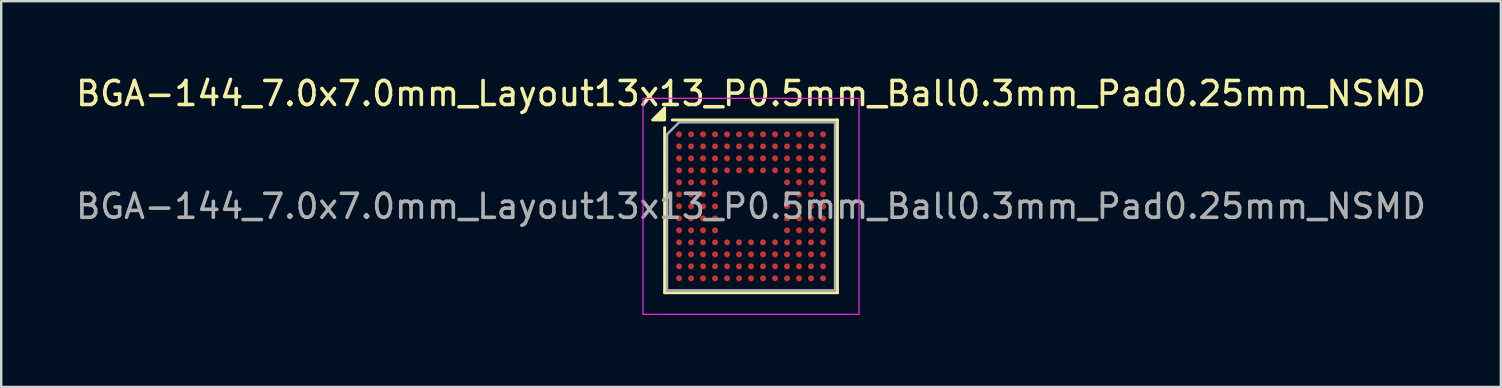
<source format=kicad_pcb>
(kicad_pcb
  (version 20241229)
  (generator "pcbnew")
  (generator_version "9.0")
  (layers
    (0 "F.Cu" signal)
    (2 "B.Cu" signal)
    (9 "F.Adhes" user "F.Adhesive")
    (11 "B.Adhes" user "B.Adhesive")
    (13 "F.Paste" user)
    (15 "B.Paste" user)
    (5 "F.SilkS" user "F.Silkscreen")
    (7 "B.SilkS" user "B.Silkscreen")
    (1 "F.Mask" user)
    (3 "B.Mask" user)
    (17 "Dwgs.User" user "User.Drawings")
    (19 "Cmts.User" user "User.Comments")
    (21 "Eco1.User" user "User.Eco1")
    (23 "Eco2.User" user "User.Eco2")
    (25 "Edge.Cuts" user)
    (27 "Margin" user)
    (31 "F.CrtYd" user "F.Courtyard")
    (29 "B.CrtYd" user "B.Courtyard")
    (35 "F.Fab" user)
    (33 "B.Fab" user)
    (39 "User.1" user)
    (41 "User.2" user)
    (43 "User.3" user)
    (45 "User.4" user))
  (footprint "BGA-144_7.0x7.0mm_Layout13x13_P0.5mm_Ball0.3mm_Pad0.25mm_NSMD"
    (layer "F.Cu")
    (at 28.244 5.548)
    (property "Reference" "BGA-144_7.0x7.0mm_Layout13x13_P0.5mm_Ball0.3mm_Pad0.25mm_NSMD" (at 0 -4.7 0) (layer "F.SilkS") (effects (font (size 1 1) (thickness 0.15))))
    (attr smd)
    (fp_line (start -3.6 -3.28) (end -3.6 3.6) (stroke (width 0.12) (type solid)) (layer "F.SilkS"))
    (fp_line (start -3.6 3.6) (end 3.6 3.6) (stroke (width 0.12) (type solid)) (layer "F.SilkS"))
    (fp_line (start 3.6 -3.6) (end -3.28 -3.6) (stroke (width 0.12) (type solid)) (layer "F.SilkS"))
    (fp_line (start 3.6 3.6) (end 3.6 -3.6) (stroke (width 0.12) (type solid)) (layer "F.SilkS"))
    (fp_poly (pts (xy -3.6 -3.6) (xy -4.1 -3.6) (xy -3.6 -4.1) (xy -3.6 -3.6)) (stroke (width 0.12) (type solid)) (fill yes) (layer "F.SilkS"))
    (fp_rect (start 4.5 4.5) (end -4.5 -4.5) (stroke (width 0.05) (type solid)) (fill no) (layer "F.CrtYd"))
    (fp_line (start -3.5 -3) (end -3.5 3.5) (stroke (width 0.1) (type solid)) (layer "F.Fab"))
    (fp_line (start -3.5 3.5) (end 3.5 3.5) (stroke (width 0.1) (type solid)) (layer "F.Fab"))
    (fp_line (start -3 -3.5) (end -3.5 -3) (stroke (width 0.1) (type solid)) (layer "F.Fab"))
    (fp_line (start 3.5 -3.5) (end -3 -3.5) (stroke (width 0.1) (type solid)) (layer "F.Fab"))
    (fp_line (start 3.5 3.5) (end 3.5 -3.5) (stroke (width 0.1) (type solid)) (layer "F.Fab"))
    (fp_text user "${REFERENCE}" (at 0 0 0) (layer "F.Fab") (effects (font (size 1 1) (thickness 0.15))))
    (pad "A1" smd circle (at -3 -3) (size 0.25 0.25) (property pad_prop_bga) (layers "F.Cu" "F.Mask" "F.Paste"))
    (pad "A2" smd circle (at -2.5 -3) (size 0.25 0.25) (property pad_prop_bga) (layers "F.Cu" "F.Mask" "F.Paste"))
    (pad "A3" smd circle (at -2 -3) (size 0.25 0.25) (property pad_prop_bga) (layers "F.Cu" "F.Mask" "F.Paste"))
    (pad "A4" smd circle (at -1.5 -3) (size 0.25 0.25) (property pad_prop_bga) (layers "F.Cu" "F.Mask" "F.Paste"))
    (pad "A5" smd circle (at -1 -3) (size 0.25 0.25) (property pad_prop_bga) (layers "F.Cu" "F.Mask" "F.Paste"))
    (pad "A6" smd circle (at -0.5 -3) (size 0.25 0.25) (property pad_prop_bga) (layers "F.Cu" "F.Mask" "F.Paste"))
    (pad "A7" smd circle (at 0 -3) (size 0.25 0.25) (property pad_prop_bga) (layers "F.Cu" "F.Mask" "F.Paste"))
    (pad "A8" smd circle (at 0.5 -3) (size 0.25 0.25) (property pad_prop_bga) (layers "F.Cu" "F.Mask" "F.Paste"))
    (pad "A9" smd circle (at 1 -3) (size 0.25 0.25) (property pad_prop_bga) (layers "F.Cu" "F.Mask" "F.Paste"))
    (pad "A10" smd circle (at 1.5 -3) (size 0.25 0.25) (property pad_prop_bga) (layers "F.Cu" "F.Mask" "F.Paste"))
    (pad "A11" smd circle (at 2 -3) (size 0.25 0.25) (property pad_prop_bga) (layers "F.Cu" "F.Mask" "F.Paste"))
    (pad "A12" smd circle (at 2.5 -3) (size 0.25 0.25) (property pad_prop_bga) (layers "F.Cu" "F.Mask" "F.Paste"))
    (pad "A13" smd circle (at 3 -3) (size 0.25 0.25) (property pad_prop_bga) (layers "F.Cu" "F.Mask" "F.Paste"))
    (pad "B1" smd circle (at -3 -2.5) (size 0.25 0.25) (property pad_prop_bga) (layers "F.Cu" "F.Mask" "F.Paste"))
    (pad "B2" smd circle (at -2.5 -2.5) (size 0.25 0.25) (property pad_prop_bga) (layers "F.Cu" "F.Mask" "F.Paste"))
    (pad "B3" smd circle (at -2 -2.5) (size 0.25 0.25) (property pad_prop_bga) (layers "F.Cu" "F.Mask" "F.Paste"))
    (pad "B4" smd circle (at -1.5 -2.5) (size 0.25 0.25) (property pad_prop_bga) (layers "F.Cu" "F.Mask" "F.Paste"))
    (pad "B5" smd circle (at -1 -2.5) (size 0.25 0.25) (property pad_prop_bga) (layers "F.Cu" "F.Mask" "F.Paste"))
    (pad "B6" smd circle (at -0.5 -2.5) (size 0.25 0.25) (property pad_prop_bga) (layers "F.Cu" "F.Mask" "F.Paste"))
    (pad "B7" smd circle (at 0 -2.5) (size 0.25 0.25) (property pad_prop_bga) (layers "F.Cu" "F.Mask" "F.Paste"))
    (pad "B8" smd circle (at 0.5 -2.5) (size 0.25 0.25) (property pad_prop_bga) (layers "F.Cu" "F.Mask" "F.Paste"))
    (pad "B9" smd circle (at 1 -2.5) (size 0.25 0.25) (property pad_prop_bga) (layers "F.Cu" "F.Mask" "F.Paste"))
    (pad "B10" smd circle (at 1.5 -2.5) (size 0.25 0.25) (property pad_prop_bga) (layers "F.Cu" "F.Mask" "F.Paste"))
    (pad "B11" smd circle (at 2 -2.5) (size 0.25 0.25) (property pad_prop_bga) (layers "F.Cu" "F.Mask" "F.Paste"))
    (pad "B12" smd circle (at 2.5 -2.5) (size 0.25 0.25) (property pad_prop_bga) (layers "F.Cu" "F.Mask" "F.Paste"))
    (pad "B13" smd circle (at 3 -2.5) (size 0.25 0.25) (property pad_prop_bga) (layers "F.Cu" "F.Mask" "F.Paste"))
    (pad "C1" smd circle (at -3 -2) (size 0.25 0.25) (property pad_prop_bga) (layers "F.Cu" "F.Mask" "F.Paste"))
    (pad "C2" smd circle (at -2.5 -2) (size 0.25 0.25) (property pad_prop_bga) (layers "F.Cu" "F.Mask" "F.Paste"))
    (pad "C3" smd circle (at -2 -2) (size 0.25 0.25) (property pad_prop_bga) (layers "F.Cu" "F.Mask" "F.Paste"))
    (pad "C4" smd circle (at -1.5 -2) (size 0.25 0.25) (property pad_prop_bga) (layers "F.Cu" "F.Mask" "F.Paste"))
    (pad "C5" smd circle (at -1 -2) (size 0.25 0.25) (property pad_prop_bga) (layers "F.Cu" "F.Mask" "F.Paste"))
    (pad "C6" smd circle (at -0.5 -2) (size 0.25 0.25) (property pad_prop_bga) (layers "F.Cu" "F.Mask" "F.Paste"))
    (pad "C7" smd circle (at 0 -2) (size 0.25 0.25) (property pad_prop_bga) (layers "F.Cu" "F.Mask" "F.Paste"))
    (pad "C8" smd circle (at 0.5 -2) (size 0.25 0.25) (property pad_prop_bga) (layers "F.Cu" "F.Mask" "F.Paste"))
    (pad "C9" smd circle (at 1 -2) (size 0.25 0.25) (property pad_prop_bga) (layers "F.Cu" "F.Mask" "F.Paste"))
    (pad "C10" smd circle (at 1.5 -2) (size 0.25 0.25) (property pad_prop_bga) (layers "F.Cu" "F.Mask" "F.Paste"))
    (pad "C11" smd circle (at 2 -2) (size 0.25 0.25) (property pad_prop_bga) (layers "F.Cu" "F.Mask" "F.Paste"))
    (pad "C12" smd circle (at 2.5 -2) (size 0.25 0.25) (property pad_prop_bga) (layers "F.Cu" "F.Mask" "F.Paste"))
    (pad "C13" smd circle (at 3 -2) (size 0.25 0.25) (property pad_prop_bga) (layers "F.Cu" "F.Mask" "F.Paste"))
    (pad "D1" smd circle (at -3 -1.5) (size 0.25 0.25) (property pad_prop_bga) (layers "F.Cu" "F.Mask" "F.Paste"))
    (pad "D2" smd circle (at -2.5 -1.5) (size 0.25 0.25) (property pad_prop_bga) (layers "F.Cu" "F.Mask" "F.Paste"))
    (pad "D3" smd circle (at -2 -1.5) (size 0.25 0.25) (property pad_prop_bga) (layers "F.Cu" "F.Mask" "F.Paste"))
    (pad "D4" smd circle (at -1.5 -1.5) (size 0.25 0.25) (property pad_prop_bga) (layers "F.Cu" "F.Mask" "F.Paste"))
    (pad "D5" smd circle (at -1 -1.5) (size 0.25 0.25) (property pad_prop_bga) (layers "F.Cu" "F.Mask" "F.Paste"))
    (pad "D6" smd circle (at -0.5 -1.5) (size 0.25 0.25) (property pad_prop_bga) (layers "F.Cu" "F.Mask" "F.Paste"))
    (pad "D7" smd circle (at 0 -1.5) (size 0.25 0.25) (property pad_prop_bga) (layers "F.Cu" "F.Mask" "F.Paste"))
    (pad "D8" smd circle (at 0.5 -1.5) (size 0.25 0.25) (property pad_prop_bga) (layers "F.Cu" "F.Mask" "F.Paste"))
    (pad "D9" smd circle (at 1 -1.5) (size 0.25 0.25) (property pad_prop_bga) (layers "F.Cu" "F.Mask" "F.Paste"))
    (pad "D10" smd circle (at 1.5 -1.5) (size 0.25 0.25) (property pad_prop_bga) (layers "F.Cu" "F.Mask" "F.Paste"))
    (pad "D11" smd circle (at 2 -1.5) (size 0.25 0.25) (property pad_prop_bga) (layers "F.Cu" "F.Mask" "F.Paste"))
    (pad "D12" smd circle (at 2.5 -1.5) (size 0.25 0.25) (property pad_prop_bga) (layers "F.Cu" "F.Mask" "F.Paste"))
    (pad "D13" smd circle (at 3 -1.5) (size 0.25 0.25) (property pad_prop_bga) (layers "F.Cu" "F.Mask" "F.Paste"))
    (pad "E1" smd circle (at -3 -1) (size 0.25 0.25) (property pad_prop_bga) (layers "F.Cu" "F.Mask" "F.Paste"))
    (pad "E2" smd circle (at -2.5 -1) (size 0.25 0.25) (property pad_prop_bga) (layers "F.Cu" "F.Mask" "F.Paste"))
    (pad "E3" smd circle (at -2 -1) (size 0.25 0.25) (property pad_prop_bga) (layers "F.Cu" "F.Mask" "F.Paste"))
    (pad "E4" smd circle (at -1.5 -1) (size 0.25 0.25) (property pad_prop_bga) (layers "F.Cu" "F.Mask" "F.Paste"))
    (pad "E10" smd circle (at 1.5 -1) (size 0.25 0.25) (property pad_prop_bga) (layers "F.Cu" "F.Mask" "F.Paste"))
    (pad "E11" smd circle (at 2 -1) (size 0.25 0.25) (property pad_prop_bga) (layers "F.Cu" "F.Mask" "F.Paste"))
    (pad "E12" smd circle (at 2.5 -1) (size 0.25 0.25) (property pad_prop_bga) (layers "F.Cu" "F.Mask" "F.Paste"))
    (pad "E13" smd circle (at 3 -1) (size 0.25 0.25) (property pad_prop_bga) (layers "F.Cu" "F.Mask" "F.Paste"))
    (pad "F1" smd circle (at -3 -0.5) (size 0.25 0.25) (property pad_prop_bga) (layers "F.Cu" "F.Mask" "F.Paste"))
    (pad "F2" smd circle (at -2.5 -0.5) (size 0.25 0.25) (property pad_prop_bga) (layers "F.Cu" "F.Mask" "F.Paste"))
    (pad "F3" smd circle (at -2 -0.5) (size 0.25 0.25) (property pad_prop_bga) (layers "F.Cu" "F.Mask" "F.Paste"))
    (pad "F4" smd circle (at -1.5 -0.5) (size 0.25 0.25) (property pad_prop_bga) (layers "F.Cu" "F.Mask" "F.Paste"))
    (pad "F10" smd circle (at 1.5 -0.5) (size 0.25 0.25) (property pad_prop_bga) (layers "F.Cu" "F.Mask" "F.Paste"))
    (pad "F11" smd circle (at 2 -0.5) (size 0.25 0.25) (property pad_prop_bga) (layers "F.Cu" "F.Mask" "F.Paste"))
    (pad "F12" smd circle (at 2.5 -0.5) (size 0.25 0.25) (property pad_prop_bga) (layers "F.Cu" "F.Mask" "F.Paste"))
    (pad "F13" smd circle (at 3 -0.5) (size 0.25 0.25) (property pad_prop_bga) (layers "F.Cu" "F.Mask" "F.Paste"))
    (pad "G1" smd circle (at -3 0) (size 0.25 0.25) (property pad_prop_bga) (layers "F.Cu" "F.Mask" "F.Paste"))
    (pad "G2" smd circle (at -2.5 0) (size 0.25 0.25) (property pad_prop_bga) (layers "F.Cu" "F.Mask" "F.Paste"))
    (pad "G3" smd circle (at -2 0) (size 0.25 0.25) (property pad_prop_bga) (layers "F.Cu" "F.Mask" "F.Paste"))
    (pad "G4" smd circle (at -1.5 0) (size 0.25 0.25) (property pad_prop_bga) (layers "F.Cu" "F.Mask" "F.Paste"))
    (pad "G10" smd circle (at 1.5 0) (size 0.25 0.25) (property pad_prop_bga) (layers "F.Cu" "F.Mask" "F.Paste"))
    (pad "G11" smd circle (at 2 0) (size 0.25 0.25) (property pad_prop_bga) (layers "F.Cu" "F.Mask" "F.Paste"))
    (pad "G12" smd circle (at 2.5 0) (size 0.25 0.25) (property pad_prop_bga) (layers "F.Cu" "F.Mask" "F.Paste"))
    (pad "G13" smd circle (at 3 0) (size 0.25 0.25) (property pad_prop_bga) (layers "F.Cu" "F.Mask" "F.Paste"))
    (pad "H1" smd circle (at -3 0.5) (size 0.25 0.25) (property pad_prop_bga) (layers "F.Cu" "F.Mask" "F.Paste"))
    (pad "H2" smd circle (at -2.5 0.5) (size 0.25 0.25) (property pad_prop_bga) (layers "F.Cu" "F.Mask" "F.Paste"))
    (pad "H3" smd circle (at -2 0.5) (size 0.25 0.25) (property pad_prop_bga) (layers "F.Cu" "F.Mask" "F.Paste"))
    (pad "H4" smd circle (at -1.5 0.5) (size 0.25 0.25) (property pad_prop_bga) (layers "F.Cu" "F.Mask" "F.Paste"))
    (pad "H10" smd circle (at 1.5 0.5) (size 0.25 0.25) (property pad_prop_bga) (layers "F.Cu" "F.Mask" "F.Paste"))
    (pad "H11" smd circle (at 2 0.5) (size 0.25 0.25) (property pad_prop_bga) (layers "F.Cu" "F.Mask" "F.Paste"))
    (pad "H12" smd circle (at 2.5 0.5) (size 0.25 0.25) (property pad_prop_bga) (layers "F.Cu" "F.Mask" "F.Paste"))
    (pad "H13" smd circle (at 3 0.5) (size 0.25 0.25) (property pad_prop_bga) (layers "F.Cu" "F.Mask" "F.Paste"))
    (pad "J1" smd circle (at -3 1) (size 0.25 0.25) (property pad_prop_bga) (layers "F.Cu" "F.Mask" "F.Paste"))
    (pad "J2" smd circle (at -2.5 1) (size 0.25 0.25) (property pad_prop_bga) (layers "F.Cu" "F.Mask" "F.Paste"))
    (pad "J3" smd circle (at -2 1) (size 0.25 0.25) (property pad_prop_bga) (layers "F.Cu" "F.Mask" "F.Paste"))
    (pad "J4" smd circle (at -1.5 1) (size 0.25 0.25) (property pad_prop_bga) (layers "F.Cu" "F.Mask" "F.Paste"))
    (pad "J10" smd circle (at 1.5 1) (size 0.25 0.25) (property pad_prop_bga) (layers "F.Cu" "F.Mask" "F.Paste"))
    (pad "J11" smd circle (at 2 1) (size 0.25 0.25) (property pad_prop_bga) (layers "F.Cu" "F.Mask" "F.Paste"))
    (pad "J12" smd circle (at 2.5 1) (size 0.25 0.25) (property pad_prop_bga) (layers "F.Cu" "F.Mask" "F.Paste"))
    (pad "J13" smd circle (at 3 1) (size 0.25 0.25) (property pad_prop_bga) (layers "F.Cu" "F.Mask" "F.Paste"))
    (pad "K1" smd circle (at -3 1.5) (size 0.25 0.25) (property pad_prop_bga) (layers "F.Cu" "F.Mask" "F.Paste"))
    (pad "K2" smd circle (at -2.5 1.5) (size 0.25 0.25) (property pad_prop_bga) (layers "F.Cu" "F.Mask" "F.Paste"))
    (pad "K3" smd circle (at -2 1.5) (size 0.25 0.25) (property pad_prop_bga) (layers "F.Cu" "F.Mask" "F.Paste"))
    (pad "K4" smd circle (at -1.5 1.5) (size 0.25 0.25) (property pad_prop_bga) (layers "F.Cu" "F.Mask" "F.Paste"))
    (pad "K5" smd circle (at -1 1.5) (size 0.25 0.25) (property pad_prop_bga) (layers "F.Cu" "F.Mask" "F.Paste"))
    (pad "K6" smd circle (at -0.5 1.5) (size 0.25 0.25) (property pad_prop_bga) (layers "F.Cu" "F.Mask" "F.Paste"))
    (pad "K7" smd circle (at 0 1.5) (size 0.25 0.25) (property pad_prop_bga) (layers "F.Cu" "F.Mask" "F.Paste"))
    (pad "K8" smd circle (at 0.5 1.5) (size 0.25 0.25) (property pad_prop_bga) (layers "F.Cu" "F.Mask" "F.Paste"))
    (pad "K9" smd circle (at 1 1.5) (size 0.25 0.25) (property pad_prop_bga) (layers "F.Cu" "F.Mask" "F.Paste"))
    (pad "K10" smd circle (at 1.5 1.5) (size 0.25 0.25) (property pad_prop_bga) (layers "F.Cu" "F.Mask" "F.Paste"))
    (pad "K11" smd circle (at 2 1.5) (size 0.25 0.25) (property pad_prop_bga) (layers "F.Cu" "F.Mask" "F.Paste"))
    (pad "K12" smd circle (at 2.5 1.5) (size 0.25 0.25) (property pad_prop_bga) (layers "F.Cu" "F.Mask" "F.Paste"))
    (pad "K13" smd circle (at 3 1.5) (size 0.25 0.25) (property pad_prop_bga) (layers "F.Cu" "F.Mask" "F.Paste"))
    (pad "L1" smd circle (at -3 2) (size 0.25 0.25) (property pad_prop_bga) (layers "F.Cu" "F.Mask" "F.Paste"))
    (pad "L2" smd circle (at -2.5 2) (size 0.25 0.25) (property pad_prop_bga) (layers "F.Cu" "F.Mask" "F.Paste"))
    (pad "L3" smd circle (at -2 2) (size 0.25 0.25) (property pad_prop_bga) (layers "F.Cu" "F.Mask" "F.Paste"))
    (pad "L4" smd circle (at -1.5 2) (size 0.25 0.25) (property pad_prop_bga) (layers "F.Cu" "F.Mask" "F.Paste"))
    (pad "L5" smd circle (at -1 2) (size 0.25 0.25) (property pad_prop_bga) (layers "F.Cu" "F.Mask" "F.Paste"))
    (pad "L6" smd circle (at -0.5 2) (size 0.25 0.25) (property pad_prop_bga) (layers "F.Cu" "F.Mask" "F.Paste"))
    (pad "L7" smd circle (at 0 2) (size 0.25 0.25) (property pad_prop_bga) (layers "F.Cu" "F.Mask" "F.Paste"))
    (pad "L8" smd circle (at 0.5 2) (size 0.25 0.25) (property pad_prop_bga) (layers "F.Cu" "F.Mask" "F.Paste"))
    (pad "L9" smd circle (at 1 2) (size 0.25 0.25) (property pad_prop_bga) (layers "F.Cu" "F.Mask" "F.Paste"))
    (pad "L10" smd circle (at 1.5 2) (size 0.25 0.25) (property pad_prop_bga) (layers "F.Cu" "F.Mask" "F.Paste"))
    (pad "L11" smd circle (at 2 2) (size 0.25 0.25) (property pad_prop_bga) (layers "F.Cu" "F.Mask" "F.Paste"))
    (pad "L12" smd circle (at 2.5 2) (size 0.25 0.25) (property pad_prop_bga) (layers "F.Cu" "F.Mask" "F.Paste"))
    (pad "L13" smd circle (at 3 2) (size 0.25 0.25) (property pad_prop_bga) (layers "F.Cu" "F.Mask" "F.Paste"))
    (pad "M1" smd circle (at -3 2.5) (size 0.25 0.25) (property pad_prop_bga) (layers "F.Cu" "F.Mask" "F.Paste"))
    (pad "M2" smd circle (at -2.5 2.5) (size 0.25 0.25) (property pad_prop_bga) (layers "F.Cu" "F.Mask" "F.Paste"))
    (pad "M3" smd circle (at -2 2.5) (size 0.25 0.25) (property pad_prop_bga) (layers "F.Cu" "F.Mask" "F.Paste"))
    (pad "M4" smd circle (at -1.5 2.5) (size 0.25 0.25) (property pad_prop_bga) (layers "F.Cu" "F.Mask" "F.Paste"))
    (pad "M5" smd circle (at -1 2.5) (size 0.25 0.25) (property pad_prop_bga) (layers "F.Cu" "F.Mask" "F.Paste"))
    (pad "M6" smd circle (at -0.5 2.5) (size 0.25 0.25) (property pad_prop_bga) (layers "F.Cu" "F.Mask" "F.Paste"))
    (pad "M7" smd circle (at 0 2.5) (size 0.25 0.25) (property pad_prop_bga) (layers "F.Cu" "F.Mask" "F.Paste"))
    (pad "M8" smd circle (at 0.5 2.5) (size 0.25 0.25) (property pad_prop_bga) (layers "F.Cu" "F.Mask" "F.Paste"))
    (pad "M9" smd circle (at 1 2.5) (size 0.25 0.25) (property pad_prop_bga) (layers "F.Cu" "F.Mask" "F.Paste"))
    (pad "M10" smd circle (at 1.5 2.5) (size 0.25 0.25) (property pad_prop_bga) (layers "F.Cu" "F.Mask" "F.Paste"))
    (pad "M11" smd circle (at 2 2.5) (size 0.25 0.25) (property pad_prop_bga) (layers "F.Cu" "F.Mask" "F.Paste"))
    (pad "M12" smd circle (at 2.5 2.5) (size 0.25 0.25) (property pad_prop_bga) (layers "F.Cu" "F.Mask" "F.Paste"))
    (pad "M13" smd circle (at 3 2.5) (size 0.25 0.25) (property pad_prop_bga) (layers "F.Cu" "F.Mask" "F.Paste"))
    (pad "N1" smd circle (at -3 3) (size 0.25 0.25) (property pad_prop_bga) (layers "F.Cu" "F.Mask" "F.Paste"))
    (pad "N2" smd circle (at -2.5 3) (size 0.25 0.25) (property pad_prop_bga) (layers "F.Cu" "F.Mask" "F.Paste"))
    (pad "N3" smd circle (at -2 3) (size 0.25 0.25) (property pad_prop_bga) (layers "F.Cu" "F.Mask" "F.Paste"))
    (pad "N4" smd circle (at -1.5 3) (size 0.25 0.25) (property pad_prop_bga) (layers "F.Cu" "F.Mask" "F.Paste"))
    (pad "N5" smd circle (at -1 3) (size 0.25 0.25) (property pad_prop_bga) (layers "F.Cu" "F.Mask" "F.Paste"))
    (pad "N6" smd circle (at -0.5 3) (size 0.25 0.25) (property pad_prop_bga) (layers "F.Cu" "F.Mask" "F.Paste"))
    (pad "N7" smd circle (at 0 3) (size 0.25 0.25) (property pad_prop_bga) (layers "F.Cu" "F.Mask" "F.Paste"))
    (pad "N8" smd circle (at 0.5 3) (size 0.25 0.25) (property pad_prop_bga) (layers "F.Cu" "F.Mask" "F.Paste"))
    (pad "N9" smd circle (at 1 3) (size 0.25 0.25) (property pad_prop_bga) (layers "F.Cu" "F.Mask" "F.Paste"))
    (pad "N10" smd circle (at 1.5 3) (size 0.25 0.25) (property pad_prop_bga) (layers "F.Cu" "F.Mask" "F.Paste"))
    (pad "N11" smd circle (at 2 3) (size 0.25 0.25) (property pad_prop_bga) (layers "F.Cu" "F.Mask" "F.Paste"))
    (pad "N12" smd circle (at 2.5 3) (size 0.25 0.25) (property pad_prop_bga) (layers "F.Cu" "F.Mask" "F.Paste"))
    (pad "N13" smd circle (at 3 3) (size 0.25 0.25) (property pad_prop_bga) (layers "F.Cu" "F.Mask" "F.Paste")))
  (gr_rect
    (start -3 -3)
    (end 59.488 13.073)
    (stroke (width 0.1) (type default))
    (fill no)
    (layer "Edge.Cuts")))
</source>
